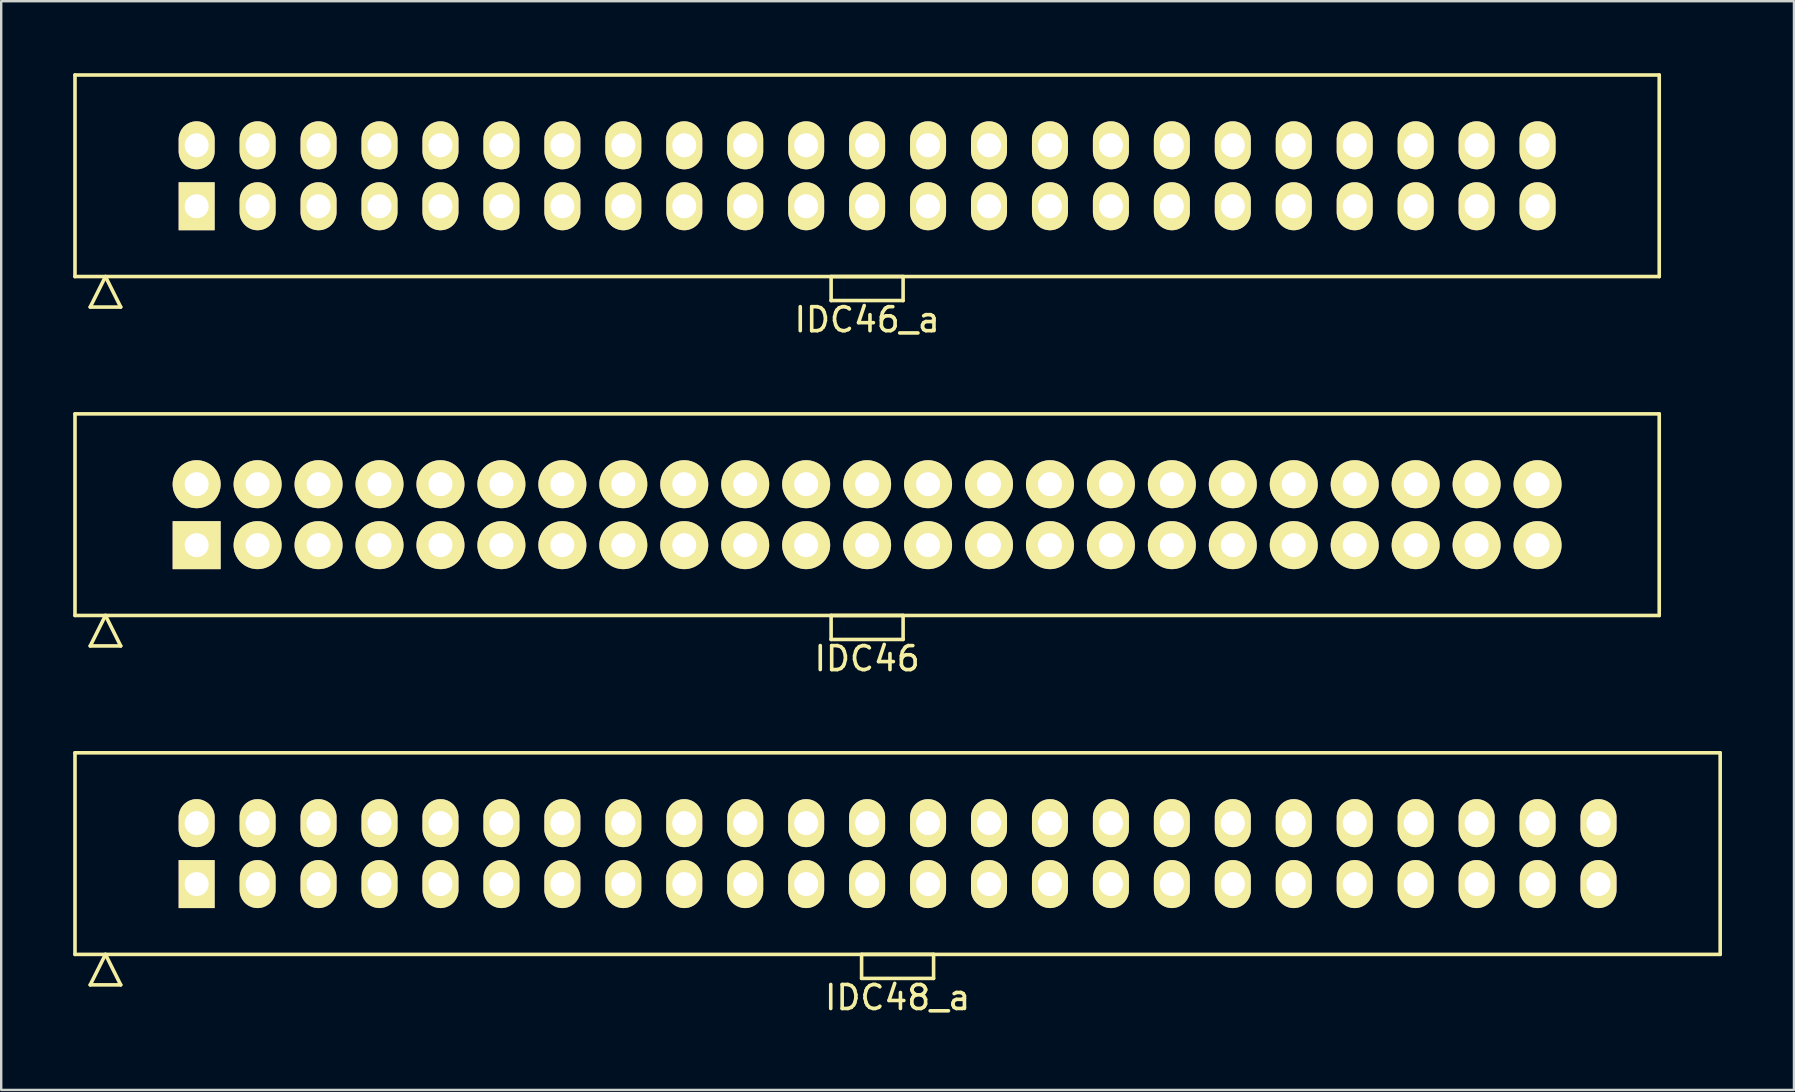
<source format=kicad_pcb>
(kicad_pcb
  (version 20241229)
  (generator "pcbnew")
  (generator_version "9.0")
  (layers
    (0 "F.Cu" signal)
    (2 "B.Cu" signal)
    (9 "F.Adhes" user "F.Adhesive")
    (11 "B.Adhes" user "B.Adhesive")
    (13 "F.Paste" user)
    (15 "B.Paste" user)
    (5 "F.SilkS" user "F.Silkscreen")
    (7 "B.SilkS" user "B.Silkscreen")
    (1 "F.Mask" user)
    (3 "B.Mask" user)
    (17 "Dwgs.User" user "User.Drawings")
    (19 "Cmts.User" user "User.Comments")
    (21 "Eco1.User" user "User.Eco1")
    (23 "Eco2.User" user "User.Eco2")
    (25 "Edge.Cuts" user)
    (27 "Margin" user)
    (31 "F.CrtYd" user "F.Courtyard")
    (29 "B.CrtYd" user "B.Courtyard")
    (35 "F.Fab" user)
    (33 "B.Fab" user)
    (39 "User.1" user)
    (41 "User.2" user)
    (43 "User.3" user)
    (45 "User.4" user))
  (footprint "IDC46"
    (layer "F.Cu")
    (at 33.085 18.398)
    (property "Reference" "IDC46" (at 0 6 0) (layer "F.SilkS") (effects (font (size 1 1) (thickness 0.15))))
    (attr through_hole)
    (fp_line (start -33.01 -4.2) (end -33.01 4.2) (stroke (width 0.15) (type solid)) (layer "F.SilkS"))
    (fp_line (start -33.01 4.2) (end 33.01 4.2) (stroke (width 0.15) (type solid)) (layer "F.SilkS"))
    (fp_line (start -32.375 5.47) (end -31.74 4.2) (stroke (width 0.15) (type solid)) (layer "F.SilkS"))
    (fp_line (start -32.375 5.47) (end -31.105 5.47) (stroke (width 0.15) (type solid)) (layer "F.SilkS"))
    (fp_line (start -31.105 5.47) (end -31.74 4.2) (stroke (width 0.15) (type solid)) (layer "F.SilkS"))
    (fp_line (start -1.5 4.2) (end -1.5 5.2) (stroke (width 0.15) (type solid)) (layer "F.SilkS"))
    (fp_line (start -1.5 5.2) (end 1.5 5.2) (stroke (width 0.15) (type solid)) (layer "F.SilkS"))
    (fp_line (start 1.5 4.2) (end -1.5 4.2) (stroke (width 0.15) (type solid)) (layer "F.SilkS"))
    (fp_line (start 1.5 5.2) (end 1.5 4.2) (stroke (width 0.15) (type solid)) (layer "F.SilkS"))
    (fp_line (start 33.01 -4.2) (end -33.01 -4.2) (stroke (width 0.15) (type solid)) (layer "F.SilkS"))
    (fp_line (start 33.01 4.2) (end 33.01 -4.2) (stroke (width 0.15) (type solid)) (layer "F.SilkS"))
    (pad "1" thru_hole rect (at -27.94 1.27) (size 2 2) (drill 1) (layers "*.Cu" "*.Mask" "F.SilkS"))
    (pad "2" thru_hole oval (at -27.94 -1.27) (size 2 2) (drill 1) (layers "*.Cu" "*.Mask" "F.SilkS"))
    (pad "3" thru_hole oval (at -25.4 1.27) (size 2 2) (drill 1) (layers "*.Cu" "*.Mask" "F.SilkS"))
    (pad "4" thru_hole oval (at -25.4 -1.27) (size 2 2) (drill 1) (layers "*.Cu" "*.Mask" "F.SilkS"))
    (pad "5" thru_hole oval (at -22.86 1.27) (size 2 2) (drill 1) (layers "*.Cu" "*.Mask" "F.SilkS"))
    (pad "6" thru_hole oval (at -22.86 -1.27) (size 2 2) (drill 1) (layers "*.Cu" "*.Mask" "F.SilkS"))
    (pad "7" thru_hole oval (at -20.32 1.27) (size 2 2) (drill 1) (layers "*.Cu" "*.Mask" "F.SilkS"))
    (pad "8" thru_hole oval (at -20.32 -1.27) (size 2 2) (drill 1) (layers "*.Cu" "*.Mask" "F.SilkS"))
    (pad "9" thru_hole oval (at -17.78 1.27) (size 2 2) (drill 1) (layers "*.Cu" "*.Mask" "F.SilkS"))
    (pad "10" thru_hole oval (at -17.78 -1.27) (size 2 2) (drill 1) (layers "*.Cu" "*.Mask" "F.SilkS"))
    (pad "11" thru_hole oval (at -15.24 1.27) (size 2 2) (drill 1) (layers "*.Cu" "*.Mask" "F.SilkS"))
    (pad "12" thru_hole oval (at -15.24 -1.27) (size 2 2) (drill 1) (layers "*.Cu" "*.Mask" "F.SilkS"))
    (pad "13" thru_hole oval (at -12.7 1.27) (size 2 2) (drill 1) (layers "*.Cu" "*.Mask" "F.SilkS"))
    (pad "14" thru_hole oval (at -12.7 -1.27) (size 2 2) (drill 1) (layers "*.Cu" "*.Mask" "F.SilkS"))
    (pad "15" thru_hole oval (at -10.16 1.27) (size 2 2) (drill 1) (layers "*.Cu" "*.Mask" "F.SilkS"))
    (pad "16" thru_hole oval (at -10.16 -1.27) (size 2 2) (drill 1) (layers "*.Cu" "*.Mask" "F.SilkS"))
    (pad "17" thru_hole oval (at -7.62 1.27) (size 2 2) (drill 1) (layers "*.Cu" "*.Mask" "F.SilkS"))
    (pad "18" thru_hole oval (at -7.62 -1.27) (size 2 2) (drill 1) (layers "*.Cu" "*.Mask" "F.SilkS"))
    (pad "19" thru_hole oval (at -5.08 1.27) (size 2 2) (drill 1) (layers "*.Cu" "*.Mask" "F.SilkS"))
    (pad "20" thru_hole oval (at -5.08 -1.27) (size 2 2) (drill 1) (layers "*.Cu" "*.Mask" "F.SilkS"))
    (pad "21" thru_hole oval (at -2.54 1.27) (size 2 2) (drill 1) (layers "*.Cu" "*.Mask" "F.SilkS"))
    (pad "22" thru_hole oval (at -2.54 -1.27) (size 2 2) (drill 1) (layers "*.Cu" "*.Mask" "F.SilkS"))
    (pad "23" thru_hole oval (at 0 1.27) (size 2 2) (drill 1) (layers "*.Cu" "*.Mask" "F.SilkS"))
    (pad "24" thru_hole oval (at 0 -1.27) (size 2 2) (drill 1) (layers "*.Cu" "*.Mask" "F.SilkS"))
    (pad "25" thru_hole oval (at 2.54 1.27) (size 2 2) (drill 1) (layers "*.Cu" "*.Mask" "F.SilkS"))
    (pad "26" thru_hole oval (at 2.54 -1.27) (size 2 2) (drill 1) (layers "*.Cu" "*.Mask" "F.SilkS"))
    (pad "27" thru_hole oval (at 5.08 1.27) (size 2 2) (drill 1) (layers "*.Cu" "*.Mask" "F.SilkS"))
    (pad "28" thru_hole oval (at 5.08 -1.27) (size 2 2) (drill 1) (layers "*.Cu" "*.Mask" "F.SilkS"))
    (pad "29" thru_hole oval (at 7.62 1.27) (size 2 2) (drill 1) (layers "*.Cu" "*.Mask" "F.SilkS"))
    (pad "30" thru_hole oval (at 7.62 -1.27) (size 2 2) (drill 1) (layers "*.Cu" "*.Mask" "F.SilkS"))
    (pad "31" thru_hole oval (at 10.16 1.27) (size 2 2) (drill 1) (layers "*.Cu" "*.Mask" "F.SilkS"))
    (pad "32" thru_hole oval (at 10.16 -1.27) (size 2 2) (drill 1) (layers "*.Cu" "*.Mask" "F.SilkS"))
    (pad "33" thru_hole oval (at 12.7 1.27) (size 2 2) (drill 1) (layers "*.Cu" "*.Mask" "F.SilkS"))
    (pad "34" thru_hole oval (at 12.7 -1.27) (size 2 2) (drill 1) (layers "*.Cu" "*.Mask" "F.SilkS"))
    (pad "35" thru_hole oval (at 15.24 1.27) (size 2 2) (drill 1) (layers "*.Cu" "*.Mask" "F.SilkS"))
    (pad "36" thru_hole oval (at 15.24 -1.27) (size 2 2) (drill 1) (layers "*.Cu" "*.Mask" "F.SilkS"))
    (pad "37" thru_hole oval (at 17.78 1.27) (size 2 2) (drill 1) (layers "*.Cu" "*.Mask" "F.SilkS"))
    (pad "38" thru_hole oval (at 17.78 -1.27) (size 2 2) (drill 1) (layers "*.Cu" "*.Mask" "F.SilkS"))
    (pad "39" thru_hole oval (at 20.32 1.27) (size 2 2) (drill 1) (layers "*.Cu" "*.Mask" "F.SilkS"))
    (pad "40" thru_hole oval (at 20.32 -1.27) (size 2 2) (drill 1) (layers "*.Cu" "*.Mask" "F.SilkS"))
    (pad "41" thru_hole oval (at 22.86 1.27) (size 2 2) (drill 1) (layers "*.Cu" "*.Mask" "F.SilkS"))
    (pad "42" thru_hole oval (at 22.86 -1.27) (size 2 2) (drill 1) (layers "*.Cu" "*.Mask" "F.SilkS"))
    (pad "43" thru_hole oval (at 25.4 1.27) (size 2 2) (drill 1) (layers "*.Cu" "*.Mask" "F.SilkS"))
    (pad "44" thru_hole oval (at 25.4 -1.27) (size 2 2) (drill 1) (layers "*.Cu" "*.Mask" "F.SilkS"))
    (pad "45" thru_hole oval (at 27.94 1.27) (size 2 2) (drill 1) (layers "*.Cu" "*.Mask" "F.SilkS"))
    (pad "46" thru_hole oval (at 27.94 -1.27) (size 2 2) (drill 1) (layers "*.Cu" "*.Mask" "F.SilkS")))
  (footprint "IDC48_a"
    (layer "F.Cu")
    (at 34.355 32.522)
    (property "Reference" "IDC48_a" (at 0 6 0) (layer "F.SilkS") (effects (font (size 1 1) (thickness 0.15))))
    (attr through_hole)
    (fp_line (start -34.28 -4.2) (end -34.28 4.2) (stroke (width 0.15) (type solid)) (layer "F.SilkS"))
    (fp_line (start -34.28 4.2) (end 34.28 4.2) (stroke (width 0.15) (type solid)) (layer "F.SilkS"))
    (fp_line (start -33.645 5.47) (end -33.01 4.2) (stroke (width 0.15) (type solid)) (layer "F.SilkS"))
    (fp_line (start -33.645 5.47) (end -32.375 5.47) (stroke (width 0.15) (type solid)) (layer "F.SilkS"))
    (fp_line (start -32.375 5.47) (end -33.01 4.2) (stroke (width 0.15) (type solid)) (layer "F.SilkS"))
    (fp_line (start -1.5 4.2) (end -1.5 5.2) (stroke (width 0.15) (type solid)) (layer "F.SilkS"))
    (fp_line (start -1.5 5.2) (end 1.5 5.2) (stroke (width 0.15) (type solid)) (layer "F.SilkS"))
    (fp_line (start 1.5 4.2) (end -1.5 4.2) (stroke (width 0.15) (type solid)) (layer "F.SilkS"))
    (fp_line (start 1.5 5.2) (end 1.5 4.2) (stroke (width 0.15) (type solid)) (layer "F.SilkS"))
    (fp_line (start 34.28 -4.2) (end -34.28 -4.2) (stroke (width 0.15) (type solid)) (layer "F.SilkS"))
    (fp_line (start 34.28 4.2) (end 34.28 -4.2) (stroke (width 0.15) (type solid)) (layer "F.SilkS"))
    (pad "1" thru_hole rect (at -29.21 1.27) (size 1.5 2) (drill 1) (layers "*.Cu" "*.Mask" "F.SilkS"))
    (pad "2" thru_hole oval (at -29.21 -1.27) (size 1.5 2) (drill 1) (layers "*.Cu" "*.Mask" "F.SilkS"))
    (pad "3" thru_hole oval (at -26.67 1.27) (size 1.5 2) (drill 1) (layers "*.Cu" "*.Mask" "F.SilkS"))
    (pad "4" thru_hole oval (at -26.67 -1.27) (size 1.5 2) (drill 1) (layers "*.Cu" "*.Mask" "F.SilkS"))
    (pad "5" thru_hole oval (at -24.13 1.27) (size 1.5 2) (drill 1) (layers "*.Cu" "*.Mask" "F.SilkS"))
    (pad "6" thru_hole oval (at -24.13 -1.27) (size 1.5 2) (drill 1) (layers "*.Cu" "*.Mask" "F.SilkS"))
    (pad "7" thru_hole oval (at -21.59 1.27) (size 1.5 2) (drill 1) (layers "*.Cu" "*.Mask" "F.SilkS"))
    (pad "8" thru_hole oval (at -21.59 -1.27) (size 1.5 2) (drill 1) (layers "*.Cu" "*.Mask" "F.SilkS"))
    (pad "9" thru_hole oval (at -19.05 1.27) (size 1.5 2) (drill 1) (layers "*.Cu" "*.Mask" "F.SilkS"))
    (pad "10" thru_hole oval (at -19.05 -1.27) (size 1.5 2) (drill 1) (layers "*.Cu" "*.Mask" "F.SilkS"))
    (pad "11" thru_hole oval (at -16.51 1.27) (size 1.5 2) (drill 1) (layers "*.Cu" "*.Mask" "F.SilkS"))
    (pad "12" thru_hole oval (at -16.51 -1.27) (size 1.5 2) (drill 1) (layers "*.Cu" "*.Mask" "F.SilkS"))
    (pad "13" thru_hole oval (at -13.97 1.27) (size 1.5 2) (drill 1) (layers "*.Cu" "*.Mask" "F.SilkS"))
    (pad "14" thru_hole oval (at -13.97 -1.27) (size 1.5 2) (drill 1) (layers "*.Cu" "*.Mask" "F.SilkS"))
    (pad "15" thru_hole oval (at -11.43 1.27) (size 1.5 2) (drill 1) (layers "*.Cu" "*.Mask" "F.SilkS"))
    (pad "16" thru_hole oval (at -11.43 -1.27) (size 1.5 2) (drill 1) (layers "*.Cu" "*.Mask" "F.SilkS"))
    (pad "17" thru_hole oval (at -8.89 1.27) (size 1.5 2) (drill 1) (layers "*.Cu" "*.Mask" "F.SilkS"))
    (pad "18" thru_hole oval (at -8.89 -1.27) (size 1.5 2) (drill 1) (layers "*.Cu" "*.Mask" "F.SilkS"))
    (pad "19" thru_hole oval (at -6.35 1.27) (size 1.5 2) (drill 1) (layers "*.Cu" "*.Mask" "F.SilkS"))
    (pad "20" thru_hole oval (at -6.35 -1.27) (size 1.5 2) (drill 1) (layers "*.Cu" "*.Mask" "F.SilkS"))
    (pad "21" thru_hole oval (at -3.81 1.27) (size 1.5 2) (drill 1) (layers "*.Cu" "*.Mask" "F.SilkS"))
    (pad "22" thru_hole oval (at -3.81 -1.27) (size 1.5 2) (drill 1) (layers "*.Cu" "*.Mask" "F.SilkS"))
    (pad "23" thru_hole oval (at -1.27 1.27) (size 1.5 2) (drill 1) (layers "*.Cu" "*.Mask" "F.SilkS"))
    (pad "24" thru_hole oval (at -1.27 -1.27) (size 1.5 2) (drill 1) (layers "*.Cu" "*.Mask" "F.SilkS"))
    (pad "25" thru_hole oval (at 1.27 1.27) (size 1.5 2) (drill 1) (layers "*.Cu" "*.Mask" "F.SilkS"))
    (pad "26" thru_hole oval (at 1.27 -1.27) (size 1.5 2) (drill 1) (layers "*.Cu" "*.Mask" "F.SilkS"))
    (pad "27" thru_hole oval (at 3.81 1.27) (size 1.5 2) (drill 1) (layers "*.Cu" "*.Mask" "F.SilkS"))
    (pad "28" thru_hole oval (at 3.81 -1.27) (size 1.5 2) (drill 1) (layers "*.Cu" "*.Mask" "F.SilkS"))
    (pad "29" thru_hole oval (at 6.35 1.27) (size 1.5 2) (drill 1) (layers "*.Cu" "*.Mask" "F.SilkS"))
    (pad "30" thru_hole oval (at 6.35 -1.27) (size 1.5 2) (drill 1) (layers "*.Cu" "*.Mask" "F.SilkS"))
    (pad "31" thru_hole oval (at 8.89 1.27) (size 1.5 2) (drill 1) (layers "*.Cu" "*.Mask" "F.SilkS"))
    (pad "32" thru_hole oval (at 8.89 -1.27) (size 1.5 2) (drill 1) (layers "*.Cu" "*.Mask" "F.SilkS"))
    (pad "33" thru_hole oval (at 11.43 1.27) (size 1.5 2) (drill 1) (layers "*.Cu" "*.Mask" "F.SilkS"))
    (pad "34" thru_hole oval (at 11.43 -1.27) (size 1.5 2) (drill 1) (layers "*.Cu" "*.Mask" "F.SilkS"))
    (pad "35" thru_hole oval (at 13.97 1.27) (size 1.5 2) (drill 1) (layers "*.Cu" "*.Mask" "F.SilkS"))
    (pad "36" thru_hole oval (at 13.97 -1.27) (size 1.5 2) (drill 1) (layers "*.Cu" "*.Mask" "F.SilkS"))
    (pad "37" thru_hole oval (at 16.51 1.27) (size 1.5 2) (drill 1) (layers "*.Cu" "*.Mask" "F.SilkS"))
    (pad "38" thru_hole oval (at 16.51 -1.27) (size 1.5 2) (drill 1) (layers "*.Cu" "*.Mask" "F.SilkS"))
    (pad "39" thru_hole oval (at 19.05 1.27) (size 1.5 2) (drill 1) (layers "*.Cu" "*.Mask" "F.SilkS"))
    (pad "40" thru_hole oval (at 19.05 -1.27) (size 1.5 2) (drill 1) (layers "*.Cu" "*.Mask" "F.SilkS"))
    (pad "41" thru_hole oval (at 21.59 1.27) (size 1.5 2) (drill 1) (layers "*.Cu" "*.Mask" "F.SilkS"))
    (pad "42" thru_hole oval (at 21.59 -1.27) (size 1.5 2) (drill 1) (layers "*.Cu" "*.Mask" "F.SilkS"))
    (pad "43" thru_hole oval (at 24.13 1.27) (size 1.5 2) (drill 1) (layers "*.Cu" "*.Mask" "F.SilkS"))
    (pad "44" thru_hole oval (at 24.13 -1.27) (size 1.5 2) (drill 1) (layers "*.Cu" "*.Mask" "F.SilkS"))
    (pad "45" thru_hole oval (at 26.67 1.27) (size 1.5 2) (drill 1) (layers "*.Cu" "*.Mask" "F.SilkS"))
    (pad "46" thru_hole oval (at 26.67 -1.27) (size 1.5 2) (drill 1) (layers "*.Cu" "*.Mask" "F.SilkS"))
    (pad "47" thru_hole oval (at 29.21 1.27) (size 1.5 2) (drill 1) (layers "*.Cu" "*.Mask" "F.SilkS"))
    (pad "48" thru_hole oval (at 29.21 -1.27) (size 1.5 2) (drill 1) (layers "*.Cu" "*.Mask" "F.SilkS")))
  (footprint "IDC46_a"
    (layer "F.Cu")
    (at 33.085 4.275)
    (property "Reference" "IDC46_a" (at 0 6 0) (layer "F.SilkS") (effects (font (size 1 1) (thickness 0.15))))
    (attr through_hole)
    (fp_line (start -33.01 -4.2) (end -33.01 4.2) (stroke (width 0.15) (type solid)) (layer "F.SilkS"))
    (fp_line (start -33.01 4.2) (end 33.01 4.2) (stroke (width 0.15) (type solid)) (layer "F.SilkS"))
    (fp_line (start -32.375 5.47) (end -31.74 4.2) (stroke (width 0.15) (type solid)) (layer "F.SilkS"))
    (fp_line (start -32.375 5.47) (end -31.105 5.47) (stroke (width 0.15) (type solid)) (layer "F.SilkS"))
    (fp_line (start -31.105 5.47) (end -31.74 4.2) (stroke (width 0.15) (type solid)) (layer "F.SilkS"))
    (fp_line (start -1.5 4.2) (end -1.5 5.2) (stroke (width 0.15) (type solid)) (layer "F.SilkS"))
    (fp_line (start -1.5 5.2) (end 1.5 5.2) (stroke (width 0.15) (type solid)) (layer "F.SilkS"))
    (fp_line (start 1.5 4.2) (end -1.5 4.2) (stroke (width 0.15) (type solid)) (layer "F.SilkS"))
    (fp_line (start 1.5 5.2) (end 1.5 4.2) (stroke (width 0.15) (type solid)) (layer "F.SilkS"))
    (fp_line (start 33.01 -4.2) (end -33.01 -4.2) (stroke (width 0.15) (type solid)) (layer "F.SilkS"))
    (fp_line (start 33.01 4.2) (end 33.01 -4.2) (stroke (width 0.15) (type solid)) (layer "F.SilkS"))
    (pad "1" thru_hole rect (at -27.94 1.27) (size 1.5 2) (drill 1) (layers "*.Cu" "*.Mask" "F.SilkS"))
    (pad "2" thru_hole oval (at -27.94 -1.27) (size 1.5 2) (drill 1) (layers "*.Cu" "*.Mask" "F.SilkS"))
    (pad "3" thru_hole oval (at -25.4 1.27) (size 1.5 2) (drill 1) (layers "*.Cu" "*.Mask" "F.SilkS"))
    (pad "4" thru_hole oval (at -25.4 -1.27) (size 1.5 2) (drill 1) (layers "*.Cu" "*.Mask" "F.SilkS"))
    (pad "5" thru_hole oval (at -22.86 1.27) (size 1.5 2) (drill 1) (layers "*.Cu" "*.Mask" "F.SilkS"))
    (pad "6" thru_hole oval (at -22.86 -1.27) (size 1.5 2) (drill 1) (layers "*.Cu" "*.Mask" "F.SilkS"))
    (pad "7" thru_hole oval (at -20.32 1.27) (size 1.5 2) (drill 1) (layers "*.Cu" "*.Mask" "F.SilkS"))
    (pad "8" thru_hole oval (at -20.32 -1.27) (size 1.5 2) (drill 1) (layers "*.Cu" "*.Mask" "F.SilkS"))
    (pad "9" thru_hole oval (at -17.78 1.27) (size 1.5 2) (drill 1) (layers "*.Cu" "*.Mask" "F.SilkS"))
    (pad "10" thru_hole oval (at -17.78 -1.27) (size 1.5 2) (drill 1) (layers "*.Cu" "*.Mask" "F.SilkS"))
    (pad "11" thru_hole oval (at -15.24 1.27) (size 1.5 2) (drill 1) (layers "*.Cu" "*.Mask" "F.SilkS"))
    (pad "12" thru_hole oval (at -15.24 -1.27) (size 1.5 2) (drill 1) (layers "*.Cu" "*.Mask" "F.SilkS"))
    (pad "13" thru_hole oval (at -12.7 1.27) (size 1.5 2) (drill 1) (layers "*.Cu" "*.Mask" "F.SilkS"))
    (pad "14" thru_hole oval (at -12.7 -1.27) (size 1.5 2) (drill 1) (layers "*.Cu" "*.Mask" "F.SilkS"))
    (pad "15" thru_hole oval (at -10.16 1.27) (size 1.5 2) (drill 1) (layers "*.Cu" "*.Mask" "F.SilkS"))
    (pad "16" thru_hole oval (at -10.16 -1.27) (size 1.5 2) (drill 1) (layers "*.Cu" "*.Mask" "F.SilkS"))
    (pad "17" thru_hole oval (at -7.62 1.27) (size 1.5 2) (drill 1) (layers "*.Cu" "*.Mask" "F.SilkS"))
    (pad "18" thru_hole oval (at -7.62 -1.27) (size 1.5 2) (drill 1) (layers "*.Cu" "*.Mask" "F.SilkS"))
    (pad "19" thru_hole oval (at -5.08 1.27) (size 1.5 2) (drill 1) (layers "*.Cu" "*.Mask" "F.SilkS"))
    (pad "20" thru_hole oval (at -5.08 -1.27) (size 1.5 2) (drill 1) (layers "*.Cu" "*.Mask" "F.SilkS"))
    (pad "21" thru_hole oval (at -2.54 1.27) (size 1.5 2) (drill 1) (layers "*.Cu" "*.Mask" "F.SilkS"))
    (pad "22" thru_hole oval (at -2.54 -1.27) (size 1.5 2) (drill 1) (layers "*.Cu" "*.Mask" "F.SilkS"))
    (pad "23" thru_hole oval (at 0 1.27) (size 1.5 2) (drill 1) (layers "*.Cu" "*.Mask" "F.SilkS"))
    (pad "24" thru_hole oval (at 0 -1.27) (size 1.5 2) (drill 1) (layers "*.Cu" "*.Mask" "F.SilkS"))
    (pad "25" thru_hole oval (at 2.54 1.27) (size 1.5 2) (drill 1) (layers "*.Cu" "*.Mask" "F.SilkS"))
    (pad "26" thru_hole oval (at 2.54 -1.27) (size 1.5 2) (drill 1) (layers "*.Cu" "*.Mask" "F.SilkS"))
    (pad "27" thru_hole oval (at 5.08 1.27) (size 1.5 2) (drill 1) (layers "*.Cu" "*.Mask" "F.SilkS"))
    (pad "28" thru_hole oval (at 5.08 -1.27) (size 1.5 2) (drill 1) (layers "*.Cu" "*.Mask" "F.SilkS"))
    (pad "29" thru_hole oval (at 7.62 1.27) (size 1.5 2) (drill 1) (layers "*.Cu" "*.Mask" "F.SilkS"))
    (pad "30" thru_hole oval (at 7.62 -1.27) (size 1.5 2) (drill 1) (layers "*.Cu" "*.Mask" "F.SilkS"))
    (pad "31" thru_hole oval (at 10.16 1.27) (size 1.5 2) (drill 1) (layers "*.Cu" "*.Mask" "F.SilkS"))
    (pad "32" thru_hole oval (at 10.16 -1.27) (size 1.5 2) (drill 1) (layers "*.Cu" "*.Mask" "F.SilkS"))
    (pad "33" thru_hole oval (at 12.7 1.27) (size 1.5 2) (drill 1) (layers "*.Cu" "*.Mask" "F.SilkS"))
    (pad "34" thru_hole oval (at 12.7 -1.27) (size 1.5 2) (drill 1) (layers "*.Cu" "*.Mask" "F.SilkS"))
    (pad "35" thru_hole oval (at 15.24 1.27) (size 1.5 2) (drill 1) (layers "*.Cu" "*.Mask" "F.SilkS"))
    (pad "36" thru_hole oval (at 15.24 -1.27) (size 1.5 2) (drill 1) (layers "*.Cu" "*.Mask" "F.SilkS"))
    (pad "37" thru_hole oval (at 17.78 1.27) (size 1.5 2) (drill 1) (layers "*.Cu" "*.Mask" "F.SilkS"))
    (pad "38" thru_hole oval (at 17.78 -1.27) (size 1.5 2) (drill 1) (layers "*.Cu" "*.Mask" "F.SilkS"))
    (pad "39" thru_hole oval (at 20.32 1.27) (size 1.5 2) (drill 1) (layers "*.Cu" "*.Mask" "F.SilkS"))
    (pad "40" thru_hole oval (at 20.32 -1.27) (size 1.5 2) (drill 1) (layers "*.Cu" "*.Mask" "F.SilkS"))
    (pad "41" thru_hole oval (at 22.86 1.27) (size 1.5 2) (drill 1) (layers "*.Cu" "*.Mask" "F.SilkS"))
    (pad "42" thru_hole oval (at 22.86 -1.27) (size 1.5 2) (drill 1) (layers "*.Cu" "*.Mask" "F.SilkS"))
    (pad "43" thru_hole oval (at 25.4 1.27) (size 1.5 2) (drill 1) (layers "*.Cu" "*.Mask" "F.SilkS"))
    (pad "44" thru_hole oval (at 25.4 -1.27) (size 1.5 2) (drill 1) (layers "*.Cu" "*.Mask" "F.SilkS"))
    (pad "45" thru_hole oval (at 27.94 1.27) (size 1.5 2) (drill 1) (layers "*.Cu" "*.Mask" "F.SilkS"))
    (pad "46" thru_hole oval (at 27.94 -1.27) (size 1.5 2) (drill 1) (layers "*.Cu" "*.Mask" "F.SilkS")))
  (gr_rect
    (start -3 -3)
    (end 71.71 42.37)
    (stroke (width 0.1) (type default))
    (fill no)
    (layer "Edge.Cuts")))
</source>
